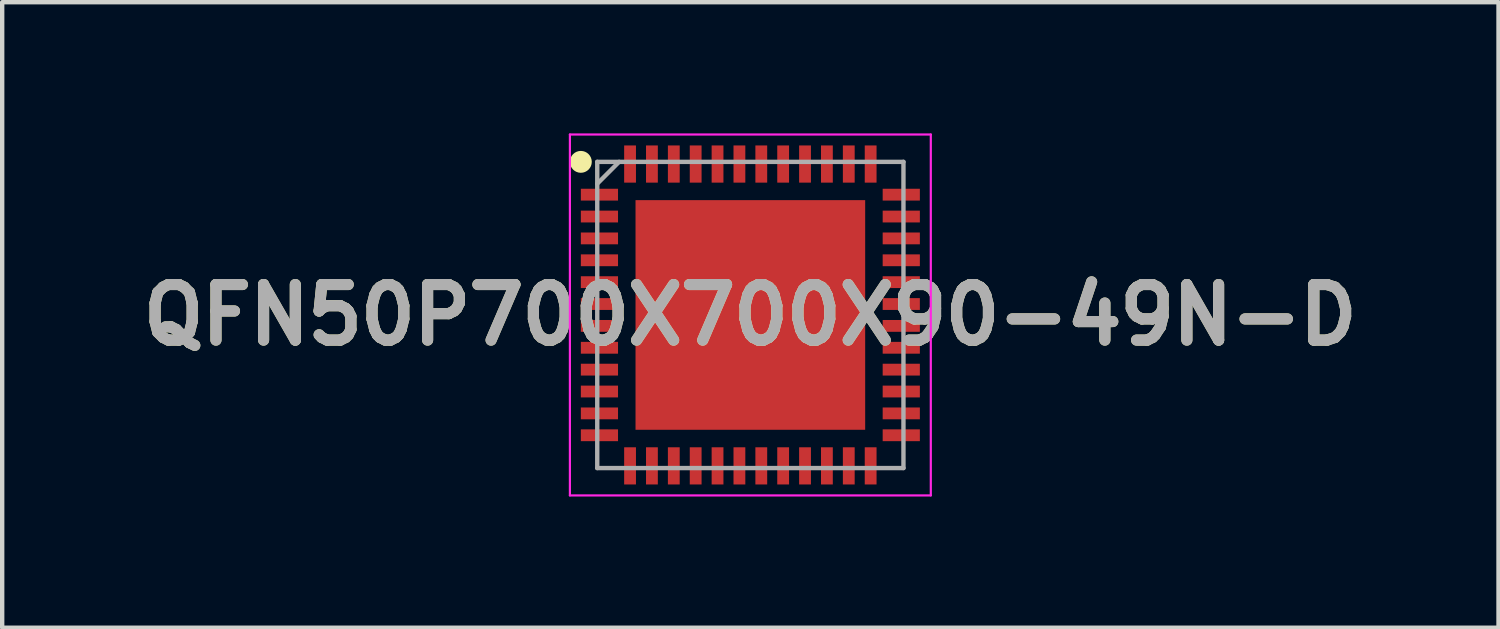
<source format=kicad_pcb>
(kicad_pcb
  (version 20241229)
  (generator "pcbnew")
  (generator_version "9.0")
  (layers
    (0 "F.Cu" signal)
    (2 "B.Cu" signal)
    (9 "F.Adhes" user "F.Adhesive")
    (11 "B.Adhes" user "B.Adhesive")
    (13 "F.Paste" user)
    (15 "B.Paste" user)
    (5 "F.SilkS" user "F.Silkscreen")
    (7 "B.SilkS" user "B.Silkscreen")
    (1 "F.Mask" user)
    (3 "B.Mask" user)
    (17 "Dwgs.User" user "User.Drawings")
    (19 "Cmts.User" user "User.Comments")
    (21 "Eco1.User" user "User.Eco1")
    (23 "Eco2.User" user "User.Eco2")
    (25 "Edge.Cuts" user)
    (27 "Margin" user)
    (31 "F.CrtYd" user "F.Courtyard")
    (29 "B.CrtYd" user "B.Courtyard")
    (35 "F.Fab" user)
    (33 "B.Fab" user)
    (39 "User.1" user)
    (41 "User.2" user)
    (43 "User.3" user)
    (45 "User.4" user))
  (footprint "QFN50P700X700X90-49N-D"
    (layer "F.Cu")
    (at 14.103 4.15)
    (property "Reference" "QFN50P700X700X90-49N-D" (at 0 0 0) (layer "F.SilkS") (effects (font (size 1.27 1.27) (thickness 0.254))))
    (attr smd)
    (fp_circle (center -3.875 -3.5) (end -3.875 -3.375) (stroke (width 0.25) (type solid)) (fill no) (layer "F.SilkS"))
    (fp_line (start -4.125 -4.125) (end 4.125 -4.125) (stroke (width 0.05) (type solid)) (layer "F.CrtYd"))
    (fp_line (start -4.125 4.125) (end -4.125 -4.125) (stroke (width 0.05) (type solid)) (layer "F.CrtYd"))
    (fp_line (start 4.125 -4.125) (end 4.125 4.125) (stroke (width 0.05) (type solid)) (layer "F.CrtYd"))
    (fp_line (start 4.125 4.125) (end -4.125 4.125) (stroke (width 0.05) (type solid)) (layer "F.CrtYd"))
    (fp_line (start -3.5 -3.5) (end 3.5 -3.5) (stroke (width 0.1) (type solid)) (layer "F.Fab"))
    (fp_line (start -3.5 -3) (end -3 -3.5) (stroke (width 0.1) (type solid)) (layer "F.Fab"))
    (fp_line (start -3.5 3.5) (end -3.5 -3.5) (stroke (width 0.1) (type solid)) (layer "F.Fab"))
    (fp_line (start 3.5 -3.5) (end 3.5 3.5) (stroke (width 0.1) (type solid)) (layer "F.Fab"))
    (fp_line (start 3.5 3.5) (end -3.5 3.5) (stroke (width 0.1) (type solid)) (layer "F.Fab"))
    (fp_text user "${REFERENCE}" (at 0 0 0) (layer "F.Fab") (effects (font (size 1.27 1.27) (thickness 0.254))))
    (pad "1" smd rect (at -3.45 -2.75 90) (size 0.27 0.85) (layers "F.Cu" "F.Mask" "F.Paste"))
    (pad "2" smd rect (at -3.45 -2.25 90) (size 0.27 0.85) (layers "F.Cu" "F.Mask" "F.Paste"))
    (pad "3" smd rect (at -3.45 -1.75 90) (size 0.27 0.85) (layers "F.Cu" "F.Mask" "F.Paste"))
    (pad "4" smd rect (at -3.45 -1.25 90) (size 0.27 0.85) (layers "F.Cu" "F.Mask" "F.Paste"))
    (pad "5" smd rect (at -3.45 -0.75 90) (size 0.27 0.85) (layers "F.Cu" "F.Mask" "F.Paste"))
    (pad "6" smd rect (at -3.45 -0.25 90) (size 0.27 0.85) (layers "F.Cu" "F.Mask" "F.Paste"))
    (pad "7" smd rect (at -3.45 0.25 90) (size 0.27 0.85) (layers "F.Cu" "F.Mask" "F.Paste"))
    (pad "8" smd rect (at -3.45 0.75 90) (size 0.27 0.85) (layers "F.Cu" "F.Mask" "F.Paste"))
    (pad "9" smd rect (at -3.45 1.25 90) (size 0.27 0.85) (layers "F.Cu" "F.Mask" "F.Paste"))
    (pad "10" smd rect (at -3.45 1.75 90) (size 0.27 0.85) (layers "F.Cu" "F.Mask" "F.Paste"))
    (pad "11" smd rect (at -3.45 2.25 90) (size 0.27 0.85) (layers "F.Cu" "F.Mask" "F.Paste"))
    (pad "12" smd rect (at -3.45 2.75 90) (size 0.27 0.85) (layers "F.Cu" "F.Mask" "F.Paste"))
    (pad "13" smd rect (at -2.75 3.45) (size 0.27 0.85) (layers "F.Cu" "F.Mask" "F.Paste"))
    (pad "14" smd rect (at -2.25 3.45) (size 0.27 0.85) (layers "F.Cu" "F.Mask" "F.Paste"))
    (pad "15" smd rect (at -1.75 3.45) (size 0.27 0.85) (layers "F.Cu" "F.Mask" "F.Paste"))
    (pad "16" smd rect (at -1.25 3.45) (size 0.27 0.85) (layers "F.Cu" "F.Mask" "F.Paste"))
    (pad "17" smd rect (at -0.75 3.45) (size 0.27 0.85) (layers "F.Cu" "F.Mask" "F.Paste"))
    (pad "18" smd rect (at -0.25 3.45) (size 0.27 0.85) (layers "F.Cu" "F.Mask" "F.Paste"))
    (pad "19" smd rect (at 0.25 3.45) (size 0.27 0.85) (layers "F.Cu" "F.Mask" "F.Paste"))
    (pad "20" smd rect (at 0.75 3.45) (size 0.27 0.85) (layers "F.Cu" "F.Mask" "F.Paste"))
    (pad "21" smd rect (at 1.25 3.45) (size 0.27 0.85) (layers "F.Cu" "F.Mask" "F.Paste"))
    (pad "22" smd rect (at 1.75 3.45) (size 0.27 0.85) (layers "F.Cu" "F.Mask" "F.Paste"))
    (pad "23" smd rect (at 2.25 3.45) (size 0.27 0.85) (layers "F.Cu" "F.Mask" "F.Paste"))
    (pad "24" smd rect (at 2.75 3.45) (size 0.27 0.85) (layers "F.Cu" "F.Mask" "F.Paste"))
    (pad "25" smd rect (at 3.45 2.75 90) (size 0.27 0.85) (layers "F.Cu" "F.Mask" "F.Paste"))
    (pad "26" smd rect (at 3.45 2.25 90) (size 0.27 0.85) (layers "F.Cu" "F.Mask" "F.Paste"))
    (pad "27" smd rect (at 3.45 1.75 90) (size 0.27 0.85) (layers "F.Cu" "F.Mask" "F.Paste"))
    (pad "28" smd rect (at 3.45 1.25 90) (size 0.27 0.85) (layers "F.Cu" "F.Mask" "F.Paste"))
    (pad "29" smd rect (at 3.45 0.75 90) (size 0.27 0.85) (layers "F.Cu" "F.Mask" "F.Paste"))
    (pad "30" smd rect (at 3.45 0.25 90) (size 0.27 0.85) (layers "F.Cu" "F.Mask" "F.Paste"))
    (pad "31" smd rect (at 3.45 -0.25 90) (size 0.27 0.85) (layers "F.Cu" "F.Mask" "F.Paste"))
    (pad "32" smd rect (at 3.45 -0.75 90) (size 0.27 0.85) (layers "F.Cu" "F.Mask" "F.Paste"))
    (pad "33" smd rect (at 3.45 -1.25 90) (size 0.27 0.85) (layers "F.Cu" "F.Mask" "F.Paste"))
    (pad "34" smd rect (at 3.45 -1.75 90) (size 0.27 0.85) (layers "F.Cu" "F.Mask" "F.Paste"))
    (pad "35" smd rect (at 3.45 -2.25 90) (size 0.27 0.85) (layers "F.Cu" "F.Mask" "F.Paste"))
    (pad "36" smd rect (at 3.45 -2.75 90) (size 0.27 0.85) (layers "F.Cu" "F.Mask" "F.Paste"))
    (pad "37" smd rect (at 2.75 -3.45) (size 0.27 0.85) (layers "F.Cu" "F.Mask" "F.Paste"))
    (pad "38" smd rect (at 2.25 -3.45) (size 0.27 0.85) (layers "F.Cu" "F.Mask" "F.Paste"))
    (pad "39" smd rect (at 1.75 -3.45) (size 0.27 0.85) (layers "F.Cu" "F.Mask" "F.Paste"))
    (pad "40" smd rect (at 1.25 -3.45) (size 0.27 0.85) (layers "F.Cu" "F.Mask" "F.Paste"))
    (pad "41" smd rect (at 0.75 -3.45) (size 0.27 0.85) (layers "F.Cu" "F.Mask" "F.Paste"))
    (pad "42" smd rect (at 0.25 -3.45) (size 0.27 0.85) (layers "F.Cu" "F.Mask" "F.Paste"))
    (pad "43" smd rect (at -0.25 -3.45) (size 0.27 0.85) (layers "F.Cu" "F.Mask" "F.Paste"))
    (pad "44" smd rect (at -0.75 -3.45) (size 0.27 0.85) (layers "F.Cu" "F.Mask" "F.Paste"))
    (pad "45" smd rect (at -1.25 -3.45) (size 0.27 0.85) (layers "F.Cu" "F.Mask" "F.Paste"))
    (pad "46" smd rect (at -1.75 -3.45) (size 0.27 0.85) (layers "F.Cu" "F.Mask" "F.Paste"))
    (pad "47" smd rect (at -2.25 -3.45) (size 0.27 0.85) (layers "F.Cu" "F.Mask" "F.Paste"))
    (pad "48" smd rect (at -2.75 -3.45) (size 0.27 0.85) (layers "F.Cu" "F.Mask" "F.Paste"))
    (pad "49" smd rect (at 0 0) (size 5.25 5.25) (layers "F.Cu" "F.Mask" "F.Paste")))
  (gr_rect
    (start -3 -3)
    (end 31.206 11.3)
    (stroke (width 0.1) (type default))
    (fill no)
    (layer "Edge.Cuts")))
</source>
